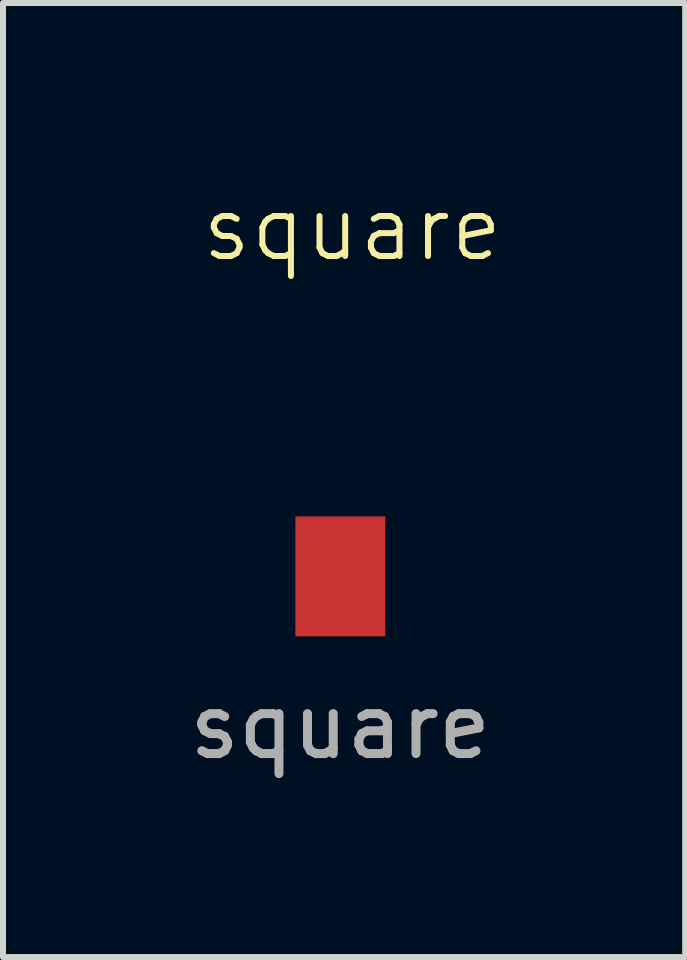
<source format=kicad_pcb>
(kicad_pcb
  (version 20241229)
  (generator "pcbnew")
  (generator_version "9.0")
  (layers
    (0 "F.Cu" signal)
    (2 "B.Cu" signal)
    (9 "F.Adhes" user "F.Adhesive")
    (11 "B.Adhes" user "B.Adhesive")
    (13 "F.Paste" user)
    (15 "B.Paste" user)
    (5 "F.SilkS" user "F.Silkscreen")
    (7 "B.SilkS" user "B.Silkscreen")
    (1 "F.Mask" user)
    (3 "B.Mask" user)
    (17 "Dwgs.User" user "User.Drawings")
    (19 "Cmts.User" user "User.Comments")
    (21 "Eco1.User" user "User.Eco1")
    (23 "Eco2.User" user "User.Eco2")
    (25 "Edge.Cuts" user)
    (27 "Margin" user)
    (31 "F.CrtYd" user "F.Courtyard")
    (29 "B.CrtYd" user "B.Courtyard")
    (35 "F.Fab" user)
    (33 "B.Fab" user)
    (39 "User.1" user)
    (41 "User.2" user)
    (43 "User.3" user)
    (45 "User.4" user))
  (footprint "square"
    (layer "F.Cu")
    (at 2.625 6.561)
    (property "Reference" "square" (at 0.2 -5.8 0) (unlocked yes) (layer "F.SilkS") (effects (font (size 1 1) (thickness 0.1))))
    (attr smd)
    (fp_text user "${REFERENCE}" (at 0 2.5 0) (unlocked yes) (layer "F.Fab") (effects (font (size 1 1) (thickness 0.15))))
    (pad "1" smd rect (at 0 0) (size 1.5 2) (property pad_prop_testpoint) (layers "F.Cu" "F.Mask" "F.Paste")))
  (gr_rect
    (start -3 -3)
    (end 8.375 12.909)
    (stroke (width 0.1) (type default))
    (fill no)
    (layer "Edge.Cuts")))
</source>
